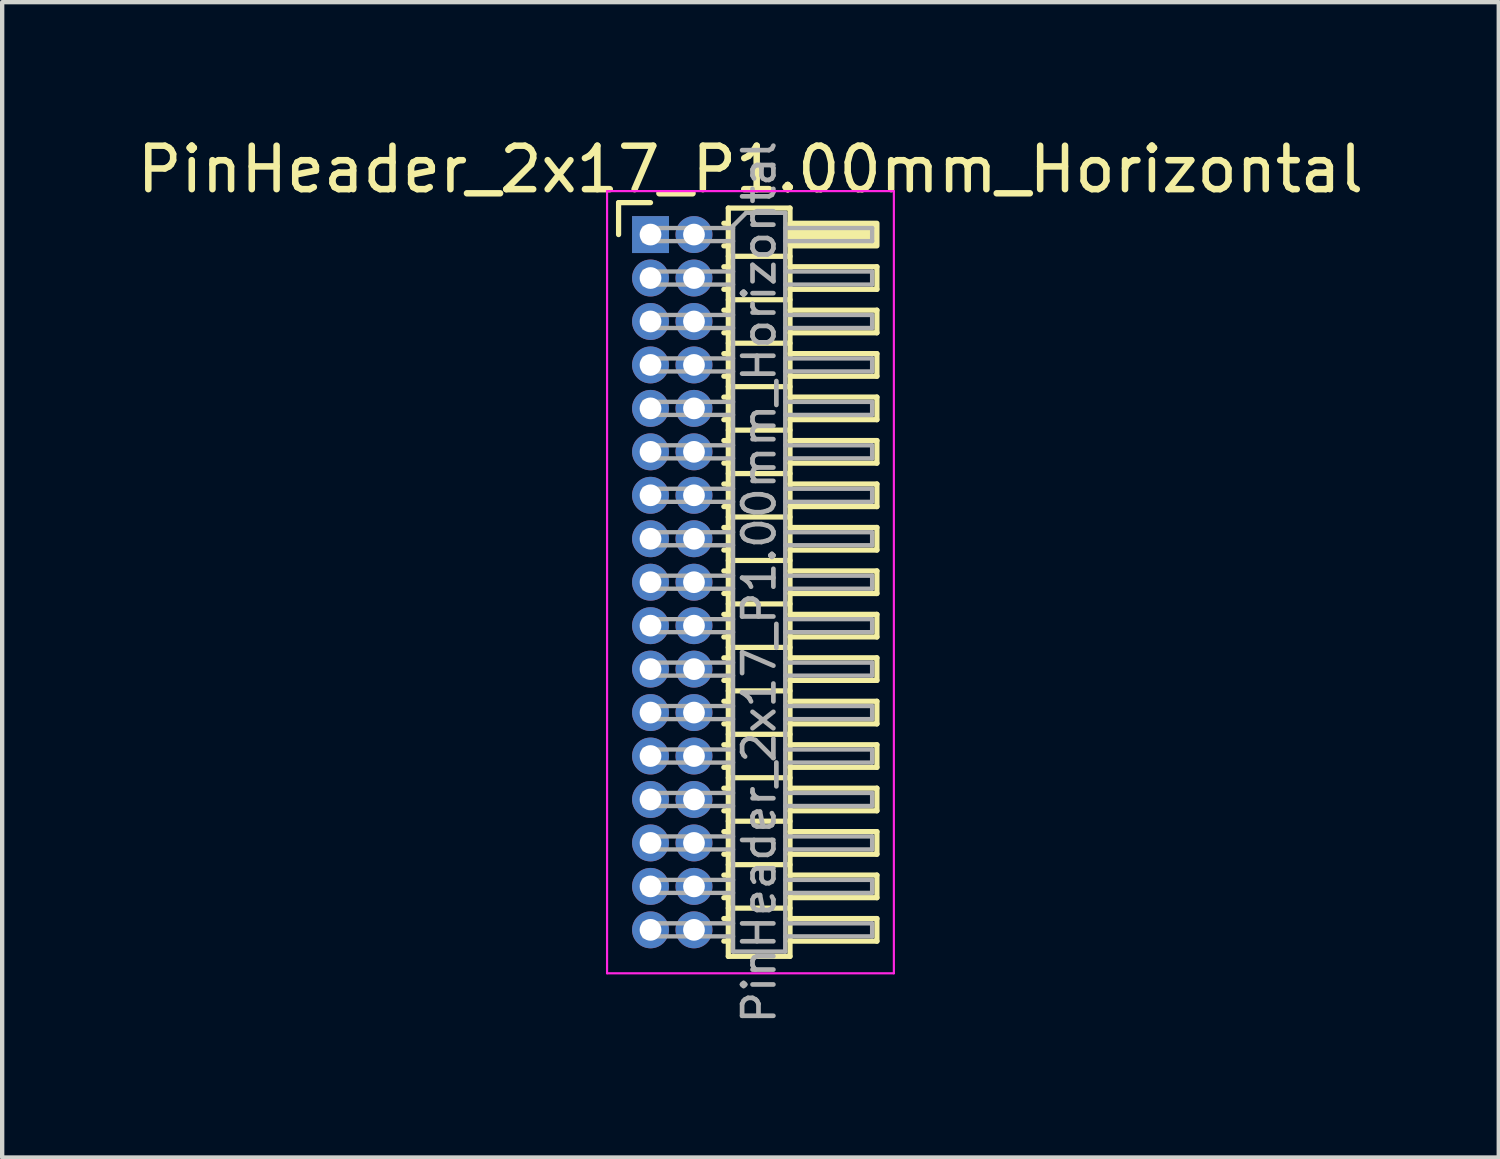
<source format=kicad_pcb>
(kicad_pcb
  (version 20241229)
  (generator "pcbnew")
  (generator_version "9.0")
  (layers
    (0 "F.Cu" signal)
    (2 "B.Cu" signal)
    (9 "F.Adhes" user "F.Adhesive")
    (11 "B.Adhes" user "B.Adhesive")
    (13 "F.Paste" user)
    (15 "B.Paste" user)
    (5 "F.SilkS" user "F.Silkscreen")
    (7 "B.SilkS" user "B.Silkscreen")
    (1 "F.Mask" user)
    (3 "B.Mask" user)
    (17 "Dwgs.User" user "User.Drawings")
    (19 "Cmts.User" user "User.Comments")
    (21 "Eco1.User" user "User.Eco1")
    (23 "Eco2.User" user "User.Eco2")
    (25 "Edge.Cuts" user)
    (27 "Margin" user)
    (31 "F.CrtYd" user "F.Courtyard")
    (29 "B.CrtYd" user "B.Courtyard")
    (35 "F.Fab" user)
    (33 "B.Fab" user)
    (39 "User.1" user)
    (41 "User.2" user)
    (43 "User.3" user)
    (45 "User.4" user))
  (footprint "PinHeader_2x17_P1.00mm_Horizontal"
    (layer "F.Cu")
    (at 11.92 2.348)
    (property "Reference" "PinHeader_2x17_P1.00mm_Horizontal" (at 2.3 -1.5 0) (layer "F.SilkS") (effects (font (size 1 1) (thickness 0.15))))
    (attr through_hole)
    (fp_line (start -0.735 -0.735) (end 0 -0.735) (stroke (width 0.12) (type solid)) (layer "F.SilkS"))
    (fp_line (start -0.735 0) (end -0.735 -0.735) (stroke (width 0.12) (type solid)) (layer "F.SilkS"))
    (fp_line (start 1.687 -0.26) (end 1.79 -0.26) (stroke (width 0.12) (type solid)) (layer "F.SilkS"))
    (fp_line (start 1.687 0.26) (end 1.79 0.26) (stroke (width 0.12) (type solid)) (layer "F.SilkS"))
    (fp_line (start 1.687 0.74) (end 1.79 0.74) (stroke (width 0.12) (type solid)) (layer "F.SilkS"))
    (fp_line (start 1.687 1.26) (end 1.79 1.26) (stroke (width 0.12) (type solid)) (layer "F.SilkS"))
    (fp_line (start 1.687 1.74) (end 1.79 1.74) (stroke (width 0.12) (type solid)) (layer "F.SilkS"))
    (fp_line (start 1.687 2.26) (end 1.79 2.26) (stroke (width 0.12) (type solid)) (layer "F.SilkS"))
    (fp_line (start 1.687 2.74) (end 1.79 2.74) (stroke (width 0.12) (type solid)) (layer "F.SilkS"))
    (fp_line (start 1.687 3.26) (end 1.79 3.26) (stroke (width 0.12) (type solid)) (layer "F.SilkS"))
    (fp_line (start 1.687 3.74) (end 1.79 3.74) (stroke (width 0.12) (type solid)) (layer "F.SilkS"))
    (fp_line (start 1.687 4.26) (end 1.79 4.26) (stroke (width 0.12) (type solid)) (layer "F.SilkS"))
    (fp_line (start 1.687 4.74) (end 1.79 4.74) (stroke (width 0.12) (type solid)) (layer "F.SilkS"))
    (fp_line (start 1.687 5.26) (end 1.79 5.26) (stroke (width 0.12) (type solid)) (layer "F.SilkS"))
    (fp_line (start 1.687 5.74) (end 1.79 5.74) (stroke (width 0.12) (type solid)) (layer "F.SilkS"))
    (fp_line (start 1.687 6.26) (end 1.79 6.26) (stroke (width 0.12) (type solid)) (layer "F.SilkS"))
    (fp_line (start 1.687 6.74) (end 1.79 6.74) (stroke (width 0.12) (type solid)) (layer "F.SilkS"))
    (fp_line (start 1.687 7.26) (end 1.79 7.26) (stroke (width 0.12) (type solid)) (layer "F.SilkS"))
    (fp_line (start 1.687 7.74) (end 1.79 7.74) (stroke (width 0.12) (type solid)) (layer "F.SilkS"))
    (fp_line (start 1.687 8.26) (end 1.79 8.26) (stroke (width 0.12) (type solid)) (layer "F.SilkS"))
    (fp_line (start 1.687 8.74) (end 1.79 8.74) (stroke (width 0.12) (type solid)) (layer "F.SilkS"))
    (fp_line (start 1.687 9.26) (end 1.79 9.26) (stroke (width 0.12) (type solid)) (layer "F.SilkS"))
    (fp_line (start 1.687 9.74) (end 1.79 9.74) (stroke (width 0.12) (type solid)) (layer "F.SilkS"))
    (fp_line (start 1.687 10.26) (end 1.79 10.26) (stroke (width 0.12) (type solid)) (layer "F.SilkS"))
    (fp_line (start 1.687 10.74) (end 1.79 10.74) (stroke (width 0.12) (type solid)) (layer "F.SilkS"))
    (fp_line (start 1.687 11.26) (end 1.79 11.26) (stroke (width 0.12) (type solid)) (layer "F.SilkS"))
    (fp_line (start 1.687 11.74) (end 1.79 11.74) (stroke (width 0.12) (type solid)) (layer "F.SilkS"))
    (fp_line (start 1.687 12.26) (end 1.79 12.26) (stroke (width 0.12) (type solid)) (layer "F.SilkS"))
    (fp_line (start 1.687 12.74) (end 1.79 12.74) (stroke (width 0.12) (type solid)) (layer "F.SilkS"))
    (fp_line (start 1.687 13.26) (end 1.79 13.26) (stroke (width 0.12) (type solid)) (layer "F.SilkS"))
    (fp_line (start 1.687 13.74) (end 1.79 13.74) (stroke (width 0.12) (type solid)) (layer "F.SilkS"))
    (fp_line (start 1.687 14.26) (end 1.79 14.26) (stroke (width 0.12) (type solid)) (layer "F.SilkS"))
    (fp_line (start 1.687 14.74) (end 1.79 14.74) (stroke (width 0.12) (type solid)) (layer "F.SilkS"))
    (fp_line (start 1.687 15.26) (end 1.79 15.26) (stroke (width 0.12) (type solid)) (layer "F.SilkS"))
    (fp_line (start 1.687 15.74) (end 1.79 15.74) (stroke (width 0.12) (type solid)) (layer "F.SilkS"))
    (fp_line (start 1.687 16.26) (end 1.79 16.26) (stroke (width 0.12) (type solid)) (layer "F.SilkS"))
    (fp_line (start 1.79 -0.61) (end 1.79 16.61) (stroke (width 0.12) (type solid)) (layer "F.SilkS"))
    (fp_line (start 1.79 0.5) (end 3.21 0.5) (stroke (width 0.12) (type solid)) (layer "F.SilkS"))
    (fp_line (start 1.79 1.5) (end 3.21 1.5) (stroke (width 0.12) (type solid)) (layer "F.SilkS"))
    (fp_line (start 1.79 2.5) (end 3.21 2.5) (stroke (width 0.12) (type solid)) (layer "F.SilkS"))
    (fp_line (start 1.79 3.5) (end 3.21 3.5) (stroke (width 0.12) (type solid)) (layer "F.SilkS"))
    (fp_line (start 1.79 4.5) (end 3.21 4.5) (stroke (width 0.12) (type solid)) (layer "F.SilkS"))
    (fp_line (start 1.79 5.5) (end 3.21 5.5) (stroke (width 0.12) (type solid)) (layer "F.SilkS"))
    (fp_line (start 1.79 6.5) (end 3.21 6.5) (stroke (width 0.12) (type solid)) (layer "F.SilkS"))
    (fp_line (start 1.79 7.5) (end 3.21 7.5) (stroke (width 0.12) (type solid)) (layer "F.SilkS"))
    (fp_line (start 1.79 8.5) (end 3.21 8.5) (stroke (width 0.12) (type solid)) (layer "F.SilkS"))
    (fp_line (start 1.79 9.5) (end 3.21 9.5) (stroke (width 0.12) (type solid)) (layer "F.SilkS"))
    (fp_line (start 1.79 10.5) (end 3.21 10.5) (stroke (width 0.12) (type solid)) (layer "F.SilkS"))
    (fp_line (start 1.79 11.5) (end 3.21 11.5) (stroke (width 0.12) (type solid)) (layer "F.SilkS"))
    (fp_line (start 1.79 12.5) (end 3.21 12.5) (stroke (width 0.12) (type solid)) (layer "F.SilkS"))
    (fp_line (start 1.79 13.5) (end 3.21 13.5) (stroke (width 0.12) (type solid)) (layer "F.SilkS"))
    (fp_line (start 1.79 14.5) (end 3.21 14.5) (stroke (width 0.12) (type solid)) (layer "F.SilkS"))
    (fp_line (start 1.79 15.5) (end 3.21 15.5) (stroke (width 0.12) (type solid)) (layer "F.SilkS"))
    (fp_line (start 1.79 16.61) (end 3.21 16.61) (stroke (width 0.12) (type solid)) (layer "F.SilkS"))
    (fp_line (start 3.21 -0.61) (end 1.79 -0.61) (stroke (width 0.12) (type solid)) (layer "F.SilkS"))
    (fp_line (start 3.21 0.74) (end 5.21 0.74) (stroke (width 0.12) (type solid)) (layer "F.SilkS"))
    (fp_line (start 3.21 1.74) (end 5.21 1.74) (stroke (width 0.12) (type solid)) (layer "F.SilkS"))
    (fp_line (start 3.21 2.74) (end 5.21 2.74) (stroke (width 0.12) (type solid)) (layer "F.SilkS"))
    (fp_line (start 3.21 3.74) (end 5.21 3.74) (stroke (width 0.12) (type solid)) (layer "F.SilkS"))
    (fp_line (start 3.21 4.74) (end 5.21 4.74) (stroke (width 0.12) (type solid)) (layer "F.SilkS"))
    (fp_line (start 3.21 5.74) (end 5.21 5.74) (stroke (width 0.12) (type solid)) (layer "F.SilkS"))
    (fp_line (start 3.21 6.74) (end 5.21 6.74) (stroke (width 0.12) (type solid)) (layer "F.SilkS"))
    (fp_line (start 3.21 7.74) (end 5.21 7.74) (stroke (width 0.12) (type solid)) (layer "F.SilkS"))
    (fp_line (start 3.21 8.74) (end 5.21 8.74) (stroke (width 0.12) (type solid)) (layer "F.SilkS"))
    (fp_line (start 3.21 9.74) (end 5.21 9.74) (stroke (width 0.12) (type solid)) (layer "F.SilkS"))
    (fp_line (start 3.21 10.74) (end 5.21 10.74) (stroke (width 0.12) (type solid)) (layer "F.SilkS"))
    (fp_line (start 3.21 11.74) (end 5.21 11.74) (stroke (width 0.12) (type solid)) (layer "F.SilkS"))
    (fp_line (start 3.21 12.74) (end 5.21 12.74) (stroke (width 0.12) (type solid)) (layer "F.SilkS"))
    (fp_line (start 3.21 13.74) (end 5.21 13.74) (stroke (width 0.12) (type solid)) (layer "F.SilkS"))
    (fp_line (start 3.21 14.74) (end 5.21 14.74) (stroke (width 0.12) (type solid)) (layer "F.SilkS"))
    (fp_line (start 3.21 15.74) (end 5.21 15.74) (stroke (width 0.12) (type solid)) (layer "F.SilkS"))
    (fp_line (start 3.21 16.61) (end 3.21 -0.61) (stroke (width 0.12) (type solid)) (layer "F.SilkS"))
    (fp_line (start 5.21 0.74) (end 5.21 1.26) (stroke (width 0.12) (type solid)) (layer "F.SilkS"))
    (fp_line (start 5.21 1.26) (end 3.21 1.26) (stroke (width 0.12) (type solid)) (layer "F.SilkS"))
    (fp_line (start 5.21 1.74) (end 5.21 2.26) (stroke (width 0.12) (type solid)) (layer "F.SilkS"))
    (fp_line (start 5.21 2.26) (end 3.21 2.26) (stroke (width 0.12) (type solid)) (layer "F.SilkS"))
    (fp_line (start 5.21 2.74) (end 5.21 3.26) (stroke (width 0.12) (type solid)) (layer "F.SilkS"))
    (fp_line (start 5.21 3.26) (end 3.21 3.26) (stroke (width 0.12) (type solid)) (layer "F.SilkS"))
    (fp_line (start 5.21 3.74) (end 5.21 4.26) (stroke (width 0.12) (type solid)) (layer "F.SilkS"))
    (fp_line (start 5.21 4.26) (end 3.21 4.26) (stroke (width 0.12) (type solid)) (layer "F.SilkS"))
    (fp_line (start 5.21 4.74) (end 5.21 5.26) (stroke (width 0.12) (type solid)) (layer "F.SilkS"))
    (fp_line (start 5.21 5.26) (end 3.21 5.26) (stroke (width 0.12) (type solid)) (layer "F.SilkS"))
    (fp_line (start 5.21 5.74) (end 5.21 6.26) (stroke (width 0.12) (type solid)) (layer "F.SilkS"))
    (fp_line (start 5.21 6.26) (end 3.21 6.26) (stroke (width 0.12) (type solid)) (layer "F.SilkS"))
    (fp_line (start 5.21 6.74) (end 5.21 7.26) (stroke (width 0.12) (type solid)) (layer "F.SilkS"))
    (fp_line (start 5.21 7.26) (end 3.21 7.26) (stroke (width 0.12) (type solid)) (layer "F.SilkS"))
    (fp_line (start 5.21 7.74) (end 5.21 8.26) (stroke (width 0.12) (type solid)) (layer "F.SilkS"))
    (fp_line (start 5.21 8.26) (end 3.21 8.26) (stroke (width 0.12) (type solid)) (layer "F.SilkS"))
    (fp_line (start 5.21 8.74) (end 5.21 9.26) (stroke (width 0.12) (type solid)) (layer "F.SilkS"))
    (fp_line (start 5.21 9.26) (end 3.21 9.26) (stroke (width 0.12) (type solid)) (layer "F.SilkS"))
    (fp_line (start 5.21 9.74) (end 5.21 10.26) (stroke (width 0.12) (type solid)) (layer "F.SilkS"))
    (fp_line (start 5.21 10.26) (end 3.21 10.26) (stroke (width 0.12) (type solid)) (layer "F.SilkS"))
    (fp_line (start 5.21 10.74) (end 5.21 11.26) (stroke (width 0.12) (type solid)) (layer "F.SilkS"))
    (fp_line (start 5.21 11.26) (end 3.21 11.26) (stroke (width 0.12) (type solid)) (layer "F.SilkS"))
    (fp_line (start 5.21 11.74) (end 5.21 12.26) (stroke (width 0.12) (type solid)) (layer "F.SilkS"))
    (fp_line (start 5.21 12.26) (end 3.21 12.26) (stroke (width 0.12) (type solid)) (layer "F.SilkS"))
    (fp_line (start 5.21 12.74) (end 5.21 13.26) (stroke (width 0.12) (type solid)) (layer "F.SilkS"))
    (fp_line (start 5.21 13.26) (end 3.21 13.26) (stroke (width 0.12) (type solid)) (layer "F.SilkS"))
    (fp_line (start 5.21 13.74) (end 5.21 14.26) (stroke (width 0.12) (type solid)) (layer "F.SilkS"))
    (fp_line (start 5.21 14.26) (end 3.21 14.26) (stroke (width 0.12) (type solid)) (layer "F.SilkS"))
    (fp_line (start 5.21 14.74) (end 5.21 15.26) (stroke (width 0.12) (type solid)) (layer "F.SilkS"))
    (fp_line (start 5.21 15.26) (end 3.21 15.26) (stroke (width 0.12) (type solid)) (layer "F.SilkS"))
    (fp_line (start 5.21 15.74) (end 5.21 16.26) (stroke (width 0.12) (type solid)) (layer "F.SilkS"))
    (fp_line (start 5.21 16.26) (end 3.21 16.26) (stroke (width 0.12) (type solid)) (layer "F.SilkS"))
    (fp_rect (start 3.21 -0.26) (end 5.21 0.26) (stroke (width 0.12) (type solid)) (fill yes) (layer "F.SilkS"))
    (fp_line (start -1 -1) (end -1 17) (stroke (width 0.05) (type solid)) (layer "F.CrtYd"))
    (fp_line (start -1 17) (end 5.6 17) (stroke (width 0.05) (type solid)) (layer "F.CrtYd"))
    (fp_line (start 5.6 -1) (end -1 -1) (stroke (width 0.05) (type solid)) (layer "F.CrtYd"))
    (fp_line (start 5.6 17) (end 5.6 -1) (stroke (width 0.05) (type solid)) (layer "F.CrtYd"))
    (fp_line (start -0.15 -0.15) (end -0.15 0.15) (stroke (width 0.1) (type solid)) (layer "F.Fab"))
    (fp_line (start -0.15 -0.15) (end 1.9 -0.15) (stroke (width 0.1) (type solid)) (layer "F.Fab"))
    (fp_line (start -0.15 0.15) (end 1.9 0.15) (stroke (width 0.1) (type solid)) (layer "F.Fab"))
    (fp_line (start -0.15 0.85) (end -0.15 1.15) (stroke (width 0.1) (type solid)) (layer "F.Fab"))
    (fp_line (start -0.15 0.85) (end 1.9 0.85) (stroke (width 0.1) (type solid)) (layer "F.Fab"))
    (fp_line (start -0.15 1.15) (end 1.9 1.15) (stroke (width 0.1) (type solid)) (layer "F.Fab"))
    (fp_line (start -0.15 1.85) (end -0.15 2.15) (stroke (width 0.1) (type solid)) (layer "F.Fab"))
    (fp_line (start -0.15 1.85) (end 1.9 1.85) (stroke (width 0.1) (type solid)) (layer "F.Fab"))
    (fp_line (start -0.15 2.15) (end 1.9 2.15) (stroke (width 0.1) (type solid)) (layer "F.Fab"))
    (fp_line (start -0.15 2.85) (end -0.15 3.15) (stroke (width 0.1) (type solid)) (layer "F.Fab"))
    (fp_line (start -0.15 2.85) (end 1.9 2.85) (stroke (width 0.1) (type solid)) (layer "F.Fab"))
    (fp_line (start -0.15 3.15) (end 1.9 3.15) (stroke (width 0.1) (type solid)) (layer "F.Fab"))
    (fp_line (start -0.15 3.85) (end -0.15 4.15) (stroke (width 0.1) (type solid)) (layer "F.Fab"))
    (fp_line (start -0.15 3.85) (end 1.9 3.85) (stroke (width 0.1) (type solid)) (layer "F.Fab"))
    (fp_line (start -0.15 4.15) (end 1.9 4.15) (stroke (width 0.1) (type solid)) (layer "F.Fab"))
    (fp_line (start -0.15 4.85) (end -0.15 5.15) (stroke (width 0.1) (type solid)) (layer "F.Fab"))
    (fp_line (start -0.15 4.85) (end 1.9 4.85) (stroke (width 0.1) (type solid)) (layer "F.Fab"))
    (fp_line (start -0.15 5.15) (end 1.9 5.15) (stroke (width 0.1) (type solid)) (layer "F.Fab"))
    (fp_line (start -0.15 5.85) (end -0.15 6.15) (stroke (width 0.1) (type solid)) (layer "F.Fab"))
    (fp_line (start -0.15 5.85) (end 1.9 5.85) (stroke (width 0.1) (type solid)) (layer "F.Fab"))
    (fp_line (start -0.15 6.15) (end 1.9 6.15) (stroke (width 0.1) (type solid)) (layer "F.Fab"))
    (fp_line (start -0.15 6.85) (end -0.15 7.15) (stroke (width 0.1) (type solid)) (layer "F.Fab"))
    (fp_line (start -0.15 6.85) (end 1.9 6.85) (stroke (width 0.1) (type solid)) (layer "F.Fab"))
    (fp_line (start -0.15 7.15) (end 1.9 7.15) (stroke (width 0.1) (type solid)) (layer "F.Fab"))
    (fp_line (start -0.15 7.85) (end -0.15 8.15) (stroke (width 0.1) (type solid)) (layer "F.Fab"))
    (fp_line (start -0.15 7.85) (end 1.9 7.85) (stroke (width 0.1) (type solid)) (layer "F.Fab"))
    (fp_line (start -0.15 8.15) (end 1.9 8.15) (stroke (width 0.1) (type solid)) (layer "F.Fab"))
    (fp_line (start -0.15 8.85) (end -0.15 9.15) (stroke (width 0.1) (type solid)) (layer "F.Fab"))
    (fp_line (start -0.15 8.85) (end 1.9 8.85) (stroke (width 0.1) (type solid)) (layer "F.Fab"))
    (fp_line (start -0.15 9.15) (end 1.9 9.15) (stroke (width 0.1) (type solid)) (layer "F.Fab"))
    (fp_line (start -0.15 9.85) (end -0.15 10.15) (stroke (width 0.1) (type solid)) (layer "F.Fab"))
    (fp_line (start -0.15 9.85) (end 1.9 9.85) (stroke (width 0.1) (type solid)) (layer "F.Fab"))
    (fp_line (start -0.15 10.15) (end 1.9 10.15) (stroke (width 0.1) (type solid)) (layer "F.Fab"))
    (fp_line (start -0.15 10.85) (end -0.15 11.15) (stroke (width 0.1) (type solid)) (layer "F.Fab"))
    (fp_line (start -0.15 10.85) (end 1.9 10.85) (stroke (width 0.1) (type solid)) (layer "F.Fab"))
    (fp_line (start -0.15 11.15) (end 1.9 11.15) (stroke (width 0.1) (type solid)) (layer "F.Fab"))
    (fp_line (start -0.15 11.85) (end -0.15 12.15) (stroke (width 0.1) (type solid)) (layer "F.Fab"))
    (fp_line (start -0.15 11.85) (end 1.9 11.85) (stroke (width 0.1) (type solid)) (layer "F.Fab"))
    (fp_line (start -0.15 12.15) (end 1.9 12.15) (stroke (width 0.1) (type solid)) (layer "F.Fab"))
    (fp_line (start -0.15 12.85) (end -0.15 13.15) (stroke (width 0.1) (type solid)) (layer "F.Fab"))
    (fp_line (start -0.15 12.85) (end 1.9 12.85) (stroke (width 0.1) (type solid)) (layer "F.Fab"))
    (fp_line (start -0.15 13.15) (end 1.9 13.15) (stroke (width 0.1) (type solid)) (layer "F.Fab"))
    (fp_line (start -0.15 13.85) (end -0.15 14.15) (stroke (width 0.1) (type solid)) (layer "F.Fab"))
    (fp_line (start -0.15 13.85) (end 1.9 13.85) (stroke (width 0.1) (type solid)) (layer "F.Fab"))
    (fp_line (start -0.15 14.15) (end 1.9 14.15) (stroke (width 0.1) (type solid)) (layer "F.Fab"))
    (fp_line (start -0.15 14.85) (end -0.15 15.15) (stroke (width 0.1) (type solid)) (layer "F.Fab"))
    (fp_line (start -0.15 14.85) (end 1.9 14.85) (stroke (width 0.1) (type solid)) (layer "F.Fab"))
    (fp_line (start -0.15 15.15) (end 1.9 15.15) (stroke (width 0.1) (type solid)) (layer "F.Fab"))
    (fp_line (start -0.15 15.85) (end -0.15 16.15) (stroke (width 0.1) (type solid)) (layer "F.Fab"))
    (fp_line (start -0.15 15.85) (end 1.9 15.85) (stroke (width 0.1) (type solid)) (layer "F.Fab"))
    (fp_line (start -0.15 16.15) (end 1.9 16.15) (stroke (width 0.1) (type solid)) (layer "F.Fab"))
    (fp_line (start 1.9 -0.2) (end 2.2 -0.5) (stroke (width 0.1) (type solid)) (layer "F.Fab"))
    (fp_line (start 1.9 16.5) (end 1.9 -0.2) (stroke (width 0.1) (type solid)) (layer "F.Fab"))
    (fp_line (start 2.2 -0.5) (end 3.1 -0.5) (stroke (width 0.1) (type solid)) (layer "F.Fab"))
    (fp_line (start 3.1 -0.5) (end 3.1 16.5) (stroke (width 0.1) (type solid)) (layer "F.Fab"))
    (fp_line (start 3.1 -0.15) (end 5.1 -0.15) (stroke (width 0.1) (type solid)) (layer "F.Fab"))
    (fp_line (start 3.1 0.15) (end 5.1 0.15) (stroke (width 0.1) (type solid)) (layer "F.Fab"))
    (fp_line (start 3.1 0.85) (end 5.1 0.85) (stroke (width 0.1) (type solid)) (layer "F.Fab"))
    (fp_line (start 3.1 1.15) (end 5.1 1.15) (stroke (width 0.1) (type solid)) (layer "F.Fab"))
    (fp_line (start 3.1 1.85) (end 5.1 1.85) (stroke (width 0.1) (type solid)) (layer "F.Fab"))
    (fp_line (start 3.1 2.15) (end 5.1 2.15) (stroke (width 0.1) (type solid)) (layer "F.Fab"))
    (fp_line (start 3.1 2.85) (end 5.1 2.85) (stroke (width 0.1) (type solid)) (layer "F.Fab"))
    (fp_line (start 3.1 3.15) (end 5.1 3.15) (stroke (width 0.1) (type solid)) (layer "F.Fab"))
    (fp_line (start 3.1 3.85) (end 5.1 3.85) (stroke (width 0.1) (type solid)) (layer "F.Fab"))
    (fp_line (start 3.1 4.15) (end 5.1 4.15) (stroke (width 0.1) (type solid)) (layer "F.Fab"))
    (fp_line (start 3.1 4.85) (end 5.1 4.85) (stroke (width 0.1) (type solid)) (layer "F.Fab"))
    (fp_line (start 3.1 5.15) (end 5.1 5.15) (stroke (width 0.1) (type solid)) (layer "F.Fab"))
    (fp_line (start 3.1 5.85) (end 5.1 5.85) (stroke (width 0.1) (type solid)) (layer "F.Fab"))
    (fp_line (start 3.1 6.15) (end 5.1 6.15) (stroke (width 0.1) (type solid)) (layer "F.Fab"))
    (fp_line (start 3.1 6.85) (end 5.1 6.85) (stroke (width 0.1) (type solid)) (layer "F.Fab"))
    (fp_line (start 3.1 7.15) (end 5.1 7.15) (stroke (width 0.1) (type solid)) (layer "F.Fab"))
    (fp_line (start 3.1 7.85) (end 5.1 7.85) (stroke (width 0.1) (type solid)) (layer "F.Fab"))
    (fp_line (start 3.1 8.15) (end 5.1 8.15) (stroke (width 0.1) (type solid)) (layer "F.Fab"))
    (fp_line (start 3.1 8.85) (end 5.1 8.85) (stroke (width 0.1) (type solid)) (layer "F.Fab"))
    (fp_line (start 3.1 9.15) (end 5.1 9.15) (stroke (width 0.1) (type solid)) (layer "F.Fab"))
    (fp_line (start 3.1 9.85) (end 5.1 9.85) (stroke (width 0.1) (type solid)) (layer "F.Fab"))
    (fp_line (start 3.1 10.15) (end 5.1 10.15) (stroke (width 0.1) (type solid)) (layer "F.Fab"))
    (fp_line (start 3.1 10.85) (end 5.1 10.85) (stroke (width 0.1) (type solid)) (layer "F.Fab"))
    (fp_line (start 3.1 11.15) (end 5.1 11.15) (stroke (width 0.1) (type solid)) (layer "F.Fab"))
    (fp_line (start 3.1 11.85) (end 5.1 11.85) (stroke (width 0.1) (type solid)) (layer "F.Fab"))
    (fp_line (start 3.1 12.15) (end 5.1 12.15) (stroke (width 0.1) (type solid)) (layer "F.Fab"))
    (fp_line (start 3.1 12.85) (end 5.1 12.85) (stroke (width 0.1) (type solid)) (layer "F.Fab"))
    (fp_line (start 3.1 13.15) (end 5.1 13.15) (stroke (width 0.1) (type solid)) (layer "F.Fab"))
    (fp_line (start 3.1 13.85) (end 5.1 13.85) (stroke (width 0.1) (type solid)) (layer "F.Fab"))
    (fp_line (start 3.1 14.15) (end 5.1 14.15) (stroke (width 0.1) (type solid)) (layer "F.Fab"))
    (fp_line (start 3.1 14.85) (end 5.1 14.85) (stroke (width 0.1) (type solid)) (layer "F.Fab"))
    (fp_line (start 3.1 15.15) (end 5.1 15.15) (stroke (width 0.1) (type solid)) (layer "F.Fab"))
    (fp_line (start 3.1 15.85) (end 5.1 15.85) (stroke (width 0.1) (type solid)) (layer "F.Fab"))
    (fp_line (start 3.1 16.15) (end 5.1 16.15) (stroke (width 0.1) (type solid)) (layer "F.Fab"))
    (fp_line (start 3.1 16.5) (end 1.9 16.5) (stroke (width 0.1) (type solid)) (layer "F.Fab"))
    (fp_line (start 5.1 -0.15) (end 5.1 0.15) (stroke (width 0.1) (type solid)) (layer "F.Fab"))
    (fp_line (start 5.1 0.85) (end 5.1 1.15) (stroke (width 0.1) (type solid)) (layer "F.Fab"))
    (fp_line (start 5.1 1.85) (end 5.1 2.15) (stroke (width 0.1) (type solid)) (layer "F.Fab"))
    (fp_line (start 5.1 2.85) (end 5.1 3.15) (stroke (width 0.1) (type solid)) (layer "F.Fab"))
    (fp_line (start 5.1 3.85) (end 5.1 4.15) (stroke (width 0.1) (type solid)) (layer "F.Fab"))
    (fp_line (start 5.1 4.85) (end 5.1 5.15) (stroke (width 0.1) (type solid)) (layer "F.Fab"))
    (fp_line (start 5.1 5.85) (end 5.1 6.15) (stroke (width 0.1) (type solid)) (layer "F.Fab"))
    (fp_line (start 5.1 6.85) (end 5.1 7.15) (stroke (width 0.1) (type solid)) (layer "F.Fab"))
    (fp_line (start 5.1 7.85) (end 5.1 8.15) (stroke (width 0.1) (type solid)) (layer "F.Fab"))
    (fp_line (start 5.1 8.85) (end 5.1 9.15) (stroke (width 0.1) (type solid)) (layer "F.Fab"))
    (fp_line (start 5.1 9.85) (end 5.1 10.15) (stroke (width 0.1) (type solid)) (layer "F.Fab"))
    (fp_line (start 5.1 10.85) (end 5.1 11.15) (stroke (width 0.1) (type solid)) (layer "F.Fab"))
    (fp_line (start 5.1 11.85) (end 5.1 12.15) (stroke (width 0.1) (type solid)) (layer "F.Fab"))
    (fp_line (start 5.1 12.85) (end 5.1 13.15) (stroke (width 0.1) (type solid)) (layer "F.Fab"))
    (fp_line (start 5.1 13.85) (end 5.1 14.15) (stroke (width 0.1) (type solid)) (layer "F.Fab"))
    (fp_line (start 5.1 14.85) (end 5.1 15.15) (stroke (width 0.1) (type solid)) (layer "F.Fab"))
    (fp_line (start 5.1 15.85) (end 5.1 16.15) (stroke (width 0.1) (type solid)) (layer "F.Fab"))
    (fp_text user "${REFERENCE}" (at 2.5 8 90) (layer "F.Fab") (effects (font (size 0.72 0.72) (thickness 0.108))))
    (pad "1" thru_hole rect (at 0 0) (size 0.85 0.85) (drill 0.5) (layers "*.Cu" "*.Mask"))
    (pad "2" thru_hole circle (at 1 0) (size 0.85 0.85) (drill 0.5) (layers "*.Cu" "*.Mask"))
    (pad "3" thru_hole circle (at 0 1) (size 0.85 0.85) (drill 0.5) (layers "*.Cu" "*.Mask"))
    (pad "4" thru_hole circle (at 1 1) (size 0.85 0.85) (drill 0.5) (layers "*.Cu" "*.Mask"))
    (pad "5" thru_hole circle (at 0 2) (size 0.85 0.85) (drill 0.5) (layers "*.Cu" "*.Mask"))
    (pad "6" thru_hole circle (at 1 2) (size 0.85 0.85) (drill 0.5) (layers "*.Cu" "*.Mask"))
    (pad "7" thru_hole circle (at 0 3) (size 0.85 0.85) (drill 0.5) (layers "*.Cu" "*.Mask"))
    (pad "8" thru_hole circle (at 1 3) (size 0.85 0.85) (drill 0.5) (layers "*.Cu" "*.Mask"))
    (pad "9" thru_hole circle (at 0 4) (size 0.85 0.85) (drill 0.5) (layers "*.Cu" "*.Mask"))
    (pad "10" thru_hole circle (at 1 4) (size 0.85 0.85) (drill 0.5) (layers "*.Cu" "*.Mask"))
    (pad "11" thru_hole circle (at 0 5) (size 0.85 0.85) (drill 0.5) (layers "*.Cu" "*.Mask"))
    (pad "12" thru_hole circle (at 1 5) (size 0.85 0.85) (drill 0.5) (layers "*.Cu" "*.Mask"))
    (pad "13" thru_hole circle (at 0 6) (size 0.85 0.85) (drill 0.5) (layers "*.Cu" "*.Mask"))
    (pad "14" thru_hole circle (at 1 6) (size 0.85 0.85) (drill 0.5) (layers "*.Cu" "*.Mask"))
    (pad "15" thru_hole circle (at 0 7) (size 0.85 0.85) (drill 0.5) (layers "*.Cu" "*.Mask"))
    (pad "16" thru_hole circle (at 1 7) (size 0.85 0.85) (drill 0.5) (layers "*.Cu" "*.Mask"))
    (pad "17" thru_hole circle (at 0 8) (size 0.85 0.85) (drill 0.5) (layers "*.Cu" "*.Mask"))
    (pad "18" thru_hole circle (at 1 8) (size 0.85 0.85) (drill 0.5) (layers "*.Cu" "*.Mask"))
    (pad "19" thru_hole circle (at 0 9) (size 0.85 0.85) (drill 0.5) (layers "*.Cu" "*.Mask"))
    (pad "20" thru_hole circle (at 1 9) (size 0.85 0.85) (drill 0.5) (layers "*.Cu" "*.Mask"))
    (pad "21" thru_hole circle (at 0 10) (size 0.85 0.85) (drill 0.5) (layers "*.Cu" "*.Mask"))
    (pad "22" thru_hole circle (at 1 10) (size 0.85 0.85) (drill 0.5) (layers "*.Cu" "*.Mask"))
    (pad "23" thru_hole circle (at 0 11) (size 0.85 0.85) (drill 0.5) (layers "*.Cu" "*.Mask"))
    (pad "24" thru_hole circle (at 1 11) (size 0.85 0.85) (drill 0.5) (layers "*.Cu" "*.Mask"))
    (pad "25" thru_hole circle (at 0 12) (size 0.85 0.85) (drill 0.5) (layers "*.Cu" "*.Mask"))
    (pad "26" thru_hole circle (at 1 12) (size 0.85 0.85) (drill 0.5) (layers "*.Cu" "*.Mask"))
    (pad "27" thru_hole circle (at 0 13) (size 0.85 0.85) (drill 0.5) (layers "*.Cu" "*.Mask"))
    (pad "28" thru_hole circle (at 1 13) (size 0.85 0.85) (drill 0.5) (layers "*.Cu" "*.Mask"))
    (pad "29" thru_hole circle (at 0 14) (size 0.85 0.85) (drill 0.5) (layers "*.Cu" "*.Mask"))
    (pad "30" thru_hole circle (at 1 14) (size 0.85 0.85) (drill 0.5) (layers "*.Cu" "*.Mask"))
    (pad "31" thru_hole circle (at 0 15) (size 0.85 0.85) (drill 0.5) (layers "*.Cu" "*.Mask"))
    (pad "32" thru_hole circle (at 1 15) (size 0.85 0.85) (drill 0.5) (layers "*.Cu" "*.Mask"))
    (pad "33" thru_hole circle (at 0 16) (size 0.85 0.85) (drill 0.5) (layers "*.Cu" "*.Mask"))
    (pad "34" thru_hole circle (at 1 16) (size 0.85 0.85) (drill 0.5) (layers "*.Cu" "*.Mask")))
  (gr_rect
    (start -3 -3)
    (end 31.44 23.587)
    (stroke (width 0.1) (type default))
    (fill no)
    (layer "Edge.Cuts")))
</source>
